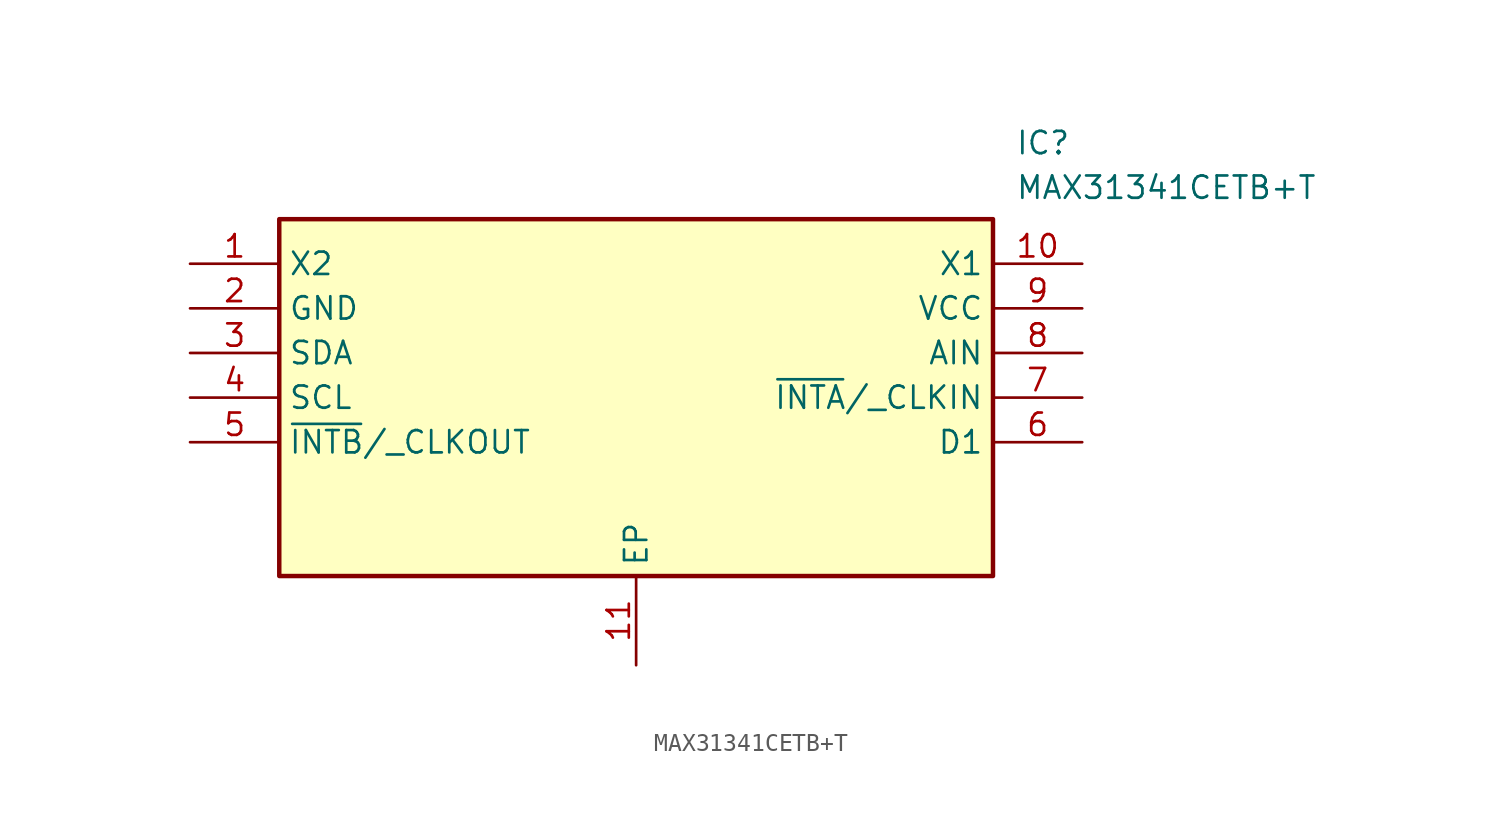
<source format=kicad_sym>
(kicad_symbol_lib
  (version 20211014)
  (generator SamacSys_ECAD_Model)
  (symbol "MAX31341CETB+T"
    (property "Reference" "IC"
      (at 46.99 7.62 0)
      (effects (font (size 1.27 1.27)) (justify left top)))
    (property "Value" "MAX31341CETB+T"
      (at 46.99 5.08 0)
      (effects (font (size 1.27 1.27)) (justify left top)))
    (rectangle
      (start 5.08 2.54)
      (end 45.72 -17.78)
      (stroke (width 0.254) (type default))
      (fill (type background)))
    (pin passive line
      (at 0 0 0)
      (length 5.08)
      (name "X2" (effects (font (size 1.27 1.27))))
      (number "1" (effects (font (size 1.27 1.27)))))
    (pin passive line
      (at 0 -2.54 0)
      (length 5.08)
      (name "GND" (effects (font (size 1.27 1.27))))
      (number "2" (effects (font (size 1.27 1.27)))))
    (pin passive line
      (at 0 -5.08 0)
      (length 5.08)
      (name "SDA" (effects (font (size 1.27 1.27))))
      (number "3" (effects (font (size 1.27 1.27)))))
    (pin passive line
      (at 0 -7.62 0)
      (length 5.08)
      (name "SCL" (effects (font (size 1.27 1.27))))
      (number "4" (effects (font (size 1.27 1.27)))))
    (pin passive line
      (at 0 -10.16 0)
      (length 5.08)
      (name "~{INTB}/_CLKOUT" (effects (font (size 1.27 1.27))))
      (number "5" (effects (font (size 1.27 1.27)))))
    (pin passive line
      (at 25.4 -22.86 90)
      (length 5.08)
      (name "EP" (effects (font (size 1.27 1.27))))
      (number "11" (effects (font (size 1.27 1.27)))))
    (pin passive line
      (at 50.8 0 180)
      (length 5.08)
      (name "X1" (effects (font (size 1.27 1.27))))
      (number "10" (effects (font (size 1.27 1.27)))))
    (pin passive line
      (at 50.8 -2.54 180)
      (length 5.08)
      (name "VCC" (effects (font (size 1.27 1.27))))
      (number "9" (effects (font (size 1.27 1.27)))))
    (pin passive line
      (at 50.8 -5.08 180)
      (length 5.08)
      (name "AIN" (effects (font (size 1.27 1.27))))
      (number "8" (effects (font (size 1.27 1.27)))))
    (pin passive line
      (at 50.8 -7.62 180)
      (length 5.08)
      (name "~{INTA}/_CLKIN" (effects (font (size 1.27 1.27))))
      (number "7" (effects (font (size 1.27 1.27)))))
    (pin passive line
      (at 50.8 -10.16 180)
      (length 5.08)
      (name "D1" (effects (font (size 1.27 1.27))))
      (number "6" (effects (font (size 1.27 1.27)))))))
</source>
